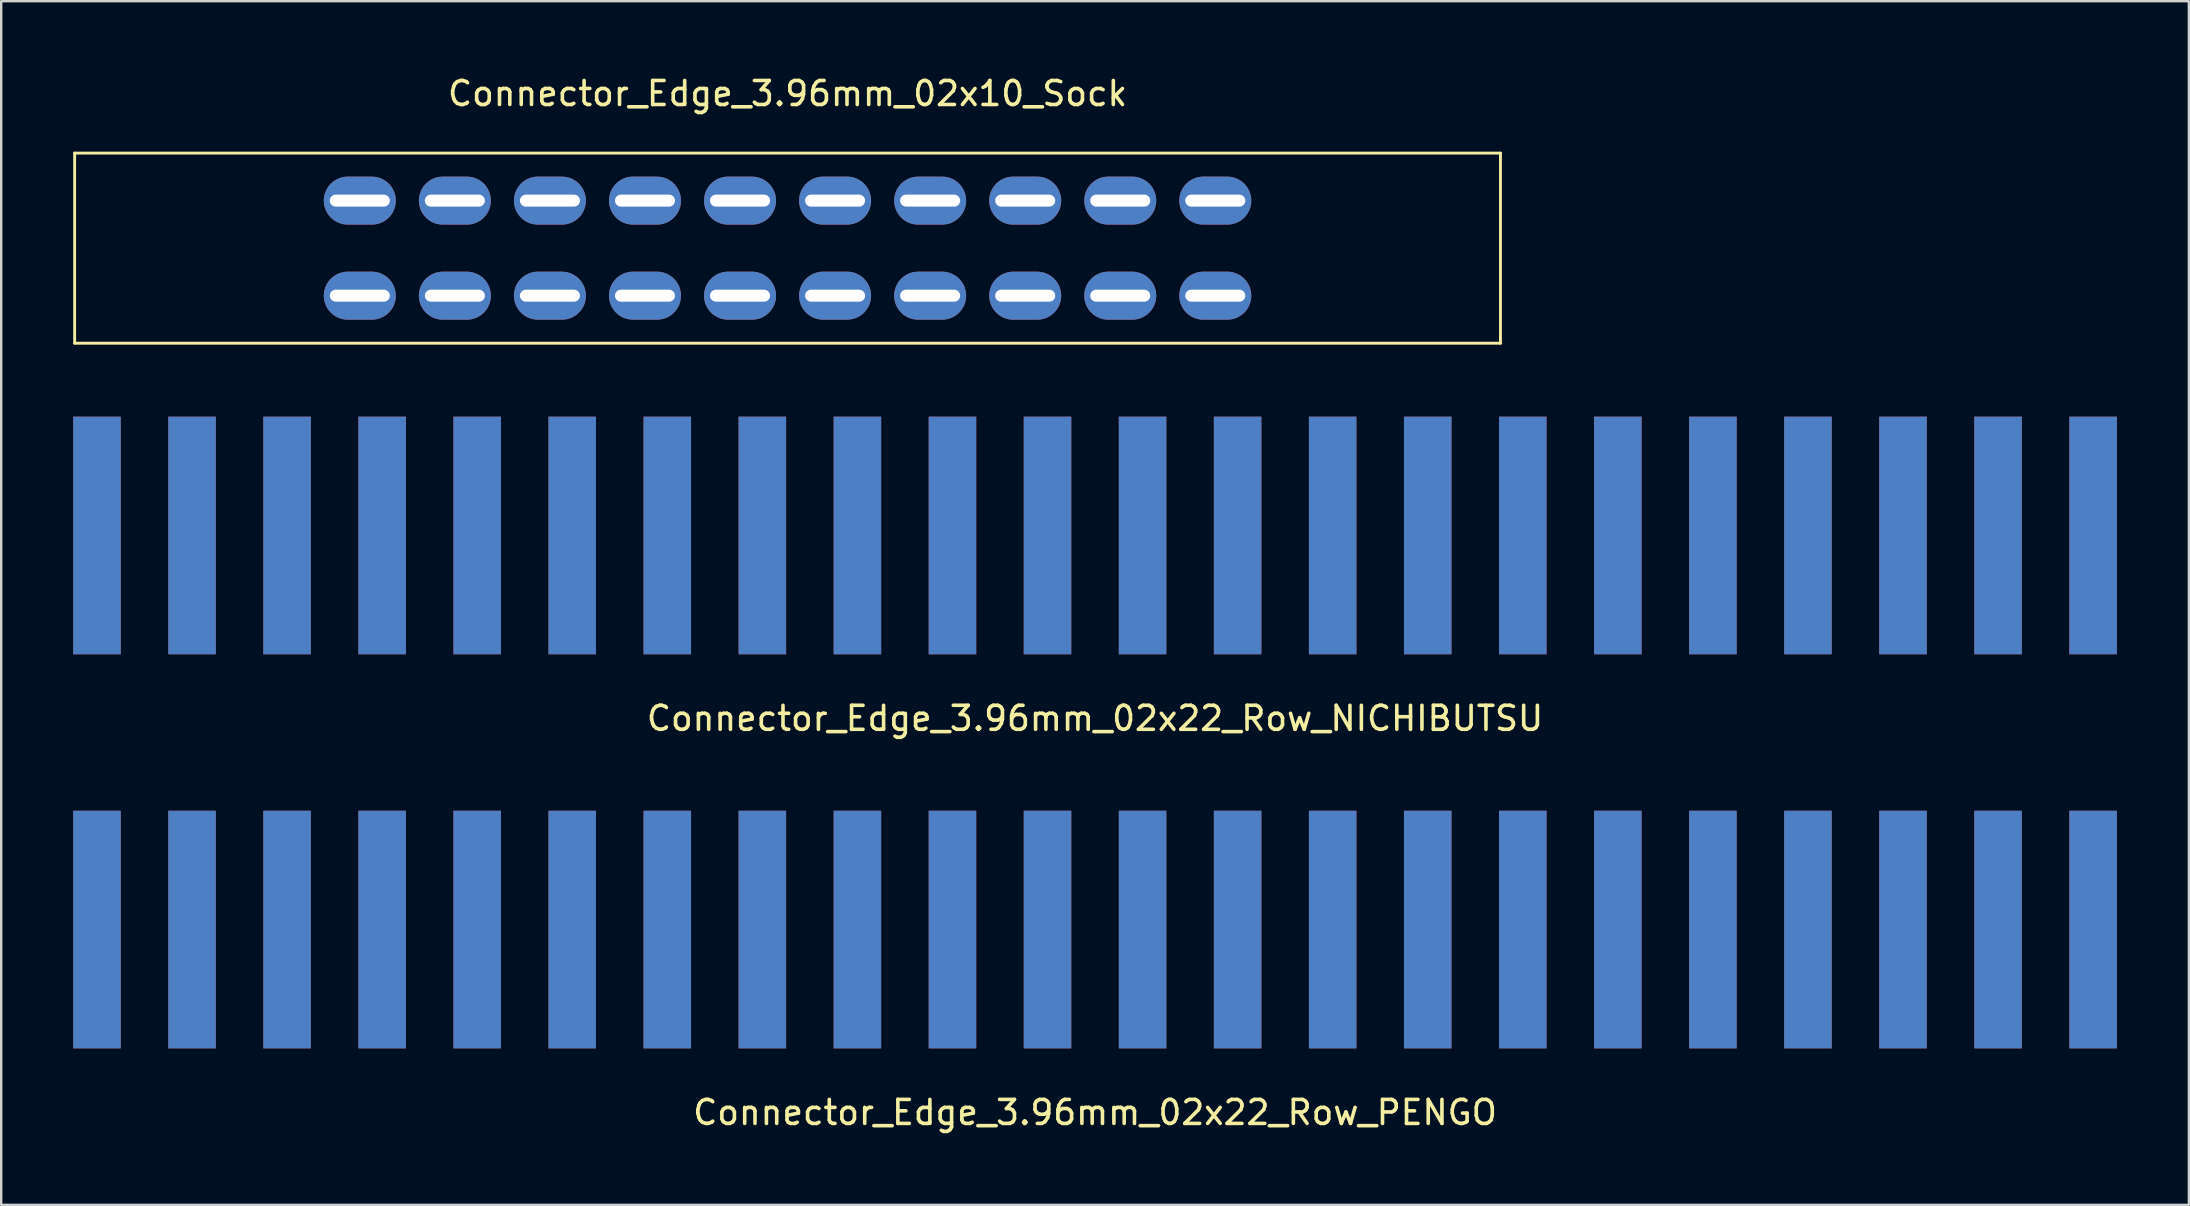
<source format=kicad_pcb>
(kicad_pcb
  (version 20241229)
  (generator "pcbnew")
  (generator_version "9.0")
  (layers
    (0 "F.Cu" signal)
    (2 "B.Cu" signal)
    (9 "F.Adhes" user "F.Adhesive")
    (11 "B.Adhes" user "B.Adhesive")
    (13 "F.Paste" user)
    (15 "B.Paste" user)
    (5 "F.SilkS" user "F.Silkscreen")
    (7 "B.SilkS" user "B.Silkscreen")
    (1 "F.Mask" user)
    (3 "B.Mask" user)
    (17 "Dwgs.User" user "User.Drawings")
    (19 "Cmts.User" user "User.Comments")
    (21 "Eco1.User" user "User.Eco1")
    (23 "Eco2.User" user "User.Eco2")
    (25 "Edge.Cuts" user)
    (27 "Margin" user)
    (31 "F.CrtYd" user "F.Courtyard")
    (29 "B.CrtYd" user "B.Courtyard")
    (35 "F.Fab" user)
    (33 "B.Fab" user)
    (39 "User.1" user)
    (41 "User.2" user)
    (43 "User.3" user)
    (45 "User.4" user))
  (footprint "Connector_Edge_3.96mm_02x22_Row_NICHIBUTSU"
    (layer "F.Cu")
    (at 42.57 19.258)
    (property "Reference" "Connector_Edge_3.96mm_02x22_Row_NICHIBUTSU" (at 0 7.62 0) (layer "F.SilkS") (effects (font (size 1 1) (thickness 0.15))))
    (attr through_hole)
    (pad "a1" smd rect (at -41.58 0) (size 1.98 9.9) (layers "F.Cu" "F.Mask" "F.Paste"))
    (pad "a2" smd rect (at -37.62 0) (size 1.98 9.9) (layers "F.Cu" "F.Mask" "F.Paste"))
    (pad "a3" smd rect (at -33.66 0) (size 1.98 9.9) (layers "F.Cu" "F.Mask" "F.Paste"))
    (pad "a4" smd rect (at -29.7 0) (size 1.98 9.9) (layers "F.Cu" "F.Mask" "F.Paste"))
    (pad "a5" smd rect (at -25.74 0) (size 1.98 9.9) (layers "F.Cu" "F.Mask" "F.Paste"))
    (pad "a6" smd rect (at -21.78 0) (size 1.98 9.9) (layers "F.Cu" "F.Mask" "F.Paste"))
    (pad "a7" smd rect (at -17.82 0) (size 1.98 9.9) (layers "F.Cu" "F.Mask" "F.Paste"))
    (pad "a8" smd rect (at -13.86 0) (size 1.98 9.9) (layers "F.Cu" "F.Mask" "F.Paste"))
    (pad "a9" smd rect (at -9.9 0) (size 1.98 9.9) (layers "F.Cu" "F.Mask" "F.Paste"))
    (pad "a10" smd rect (at -5.94 0) (size 1.98 9.9) (layers "F.Cu" "F.Mask" "F.Paste"))
    (pad "a11" smd rect (at -1.98 0) (size 1.98 9.9) (layers "F.Cu" "F.Mask" "F.Paste"))
    (pad "a12" smd rect (at 1.98 0) (size 1.98 9.9) (layers "F.Cu" "F.Mask" "F.Paste"))
    (pad "a13" smd rect (at 5.94 0) (size 1.98 9.9) (layers "F.Cu" "F.Mask" "F.Paste"))
    (pad "a14" smd rect (at 9.9 0) (size 1.98 9.9) (layers "F.Cu" "F.Mask" "F.Paste"))
    (pad "a15" smd rect (at 13.86 0) (size 1.98 9.9) (layers "F.Cu" "F.Mask" "F.Paste"))
    (pad "a16" smd rect (at 17.82 0) (size 1.98 9.9) (layers "F.Cu" "F.Mask" "F.Paste"))
    (pad "a17" smd rect (at 21.78 0) (size 1.98 9.9) (layers "F.Cu" "F.Mask" "F.Paste"))
    (pad "a18" smd rect (at 25.74 0) (size 1.98 9.9) (layers "F.Cu" "F.Mask" "F.Paste"))
    (pad "a19" smd rect (at 29.7 0) (size 1.98 9.9) (layers "F.Cu" "F.Mask" "F.Paste"))
    (pad "a20" smd rect (at 33.66 0) (size 1.98 9.9) (layers "F.Cu" "F.Mask" "F.Paste"))
    (pad "a21" smd rect (at 37.62 0) (size 1.98 9.9) (layers "F.Cu" "F.Mask" "F.Paste"))
    (pad "a22" smd rect (at 41.58 0) (size 1.98 9.9) (layers "F.Cu" "F.Mask" "F.Paste"))
    (pad "b1" smd rect (at -41.58 0) (size 1.98 9.9) (layers "B.Cu" "B.Mask" "B.Paste"))
    (pad "b2" smd rect (at -37.62 0) (size 1.98 9.9) (layers "B.Cu" "B.Mask" "B.Paste"))
    (pad "b3" smd rect (at -33.66 0) (size 1.98 9.9) (layers "B.Cu" "B.Mask" "B.Paste"))
    (pad "b4" smd rect (at -29.7 0) (size 1.98 9.9) (layers "B.Cu" "B.Mask" "B.Paste"))
    (pad "b5" smd rect (at -25.74 0) (size 1.98 9.9) (layers "B.Cu" "B.Mask" "B.Paste"))
    (pad "b6" smd rect (at -21.78 0) (size 1.98 9.9) (layers "B.Cu" "B.Mask" "B.Paste"))
    (pad "b7" smd rect (at -17.82 0) (size 1.98 9.9) (layers "B.Cu" "B.Mask" "B.Paste"))
    (pad "b8" smd rect (at -13.86 0) (size 1.98 9.9) (layers "B.Cu" "B.Mask" "B.Paste"))
    (pad "b9" smd rect (at -9.9 0) (size 1.98 9.9) (layers "B.Cu" "B.Mask" "B.Paste"))
    (pad "b10" smd rect (at -5.94 0) (size 1.98 9.9) (layers "B.Cu" "B.Mask" "B.Paste"))
    (pad "b11" smd rect (at -1.98 0) (size 1.98 9.9) (layers "B.Cu" "B.Mask" "B.Paste"))
    (pad "b12" smd rect (at 1.98 0) (size 1.98 9.9) (layers "B.Cu" "B.Mask" "B.Paste"))
    (pad "b13" smd rect (at 5.94 0) (size 1.98 9.9) (layers "B.Cu" "B.Mask" "B.Paste"))
    (pad "b14" smd rect (at 9.9 0) (size 1.98 9.9) (layers "B.Cu" "B.Mask" "B.Paste"))
    (pad "b15" smd rect (at 13.86 0) (size 1.98 9.9) (layers "B.Cu" "B.Mask" "B.Paste"))
    (pad "b16" smd rect (at 17.82 0) (size 1.98 9.9) (layers "B.Cu" "B.Mask" "B.Paste"))
    (pad "b17" smd rect (at 21.78 0) (size 1.98 9.9) (layers "B.Cu" "B.Mask" "B.Paste"))
    (pad "b18" smd rect (at 25.74 0) (size 1.98 9.9) (layers "B.Cu" "B.Mask" "B.Paste"))
    (pad "b19" smd rect (at 29.7 0) (size 1.98 9.9) (layers "B.Cu" "B.Mask" "B.Paste"))
    (pad "b20" smd rect (at 33.66 0) (size 1.98 9.9) (layers "B.Cu" "B.Mask" "B.Paste"))
    (pad "b21" smd rect (at 37.62 0) (size 1.98 9.9) (layers "B.Cu" "B.Mask" "B.Paste"))
    (pad "b22" smd rect (at 41.58 0) (size 1.98 9.9) (layers "B.Cu" "B.Mask" "B.Paste")))
  (footprint "Connector_Edge_3.96mm_02x10_Sock"
    (layer "F.Cu")
    (at 29.76 1.348)
    (property "Reference" "Connector_Edge_3.96mm_02x10_Sock" (at 0 -0.5 0) (unlocked yes) (layer "F.SilkS") (effects (font (size 1 1) (thickness 0.15))))
    (attr through_hole)
    (fp_line (start -29.7 1.98) (end -29.7 9.9) (stroke (width 0.12) (type default)) (layer "F.SilkS"))
    (fp_line (start -29.7 9.9) (end 29.7 9.9) (stroke (width 0.12) (type default)) (layer "F.SilkS"))
    (fp_line (start 29.7 1.98) (end -29.7 1.98) (stroke (width 0.12) (type default)) (layer "F.SilkS"))
    (fp_line (start 29.7 9.9) (end 29.7 1.98) (stroke (width 0.12) (type default)) (layer "F.SilkS"))
    (pad "a1" thru_hole oval (at -17.82 3.96) (size 3 2) (drill oval 2.5 0.5) (layers "*.Cu" "*.Mask"))
    (pad "a2" thru_hole oval (at -13.86 3.96) (size 3 2) (drill oval 2.5 0.5) (layers "*.Cu" "*.Mask"))
    (pad "a3" thru_hole oval (at -9.9 3.96) (size 3 2) (drill oval 2.5 0.5) (layers "*.Cu" "*.Mask"))
    (pad "a4" thru_hole oval (at -5.94 3.96) (size 3 2) (drill oval 2.5 0.5) (layers "*.Cu" "*.Mask"))
    (pad "a5" thru_hole oval (at -1.98 3.96) (size 3 2) (drill oval 2.5 0.5) (layers "*.Cu" "*.Mask"))
    (pad "a6" thru_hole oval (at 1.98 3.96) (size 3 2) (drill oval 2.5 0.5) (layers "*.Cu" "*.Mask"))
    (pad "a7" thru_hole oval (at 5.94 3.96) (size 3 2) (drill oval 2.5 0.5) (layers "*.Cu" "*.Mask"))
    (pad "a8" thru_hole oval (at 9.9 3.96) (size 3 2) (drill oval 2.5 0.5) (layers "*.Cu" "*.Mask"))
    (pad "a9" thru_hole oval (at 13.86 3.96) (size 3 2) (drill oval 2.5 0.5) (layers "*.Cu" "*.Mask"))
    (pad "a10" thru_hole oval (at 17.82 3.96) (size 3 2) (drill oval 2.5 0.5) (layers "*.Cu" "*.Mask"))
    (pad "b1" thru_hole oval (at -17.82 7.92) (size 3 2) (drill oval 2.5 0.5) (layers "*.Cu" "*.Mask"))
    (pad "b2" thru_hole oval (at -13.86 7.92) (size 3 2) (drill oval 2.5 0.5) (layers "*.Cu" "*.Mask"))
    (pad "b3" thru_hole oval (at -9.9 7.92) (size 3 2) (drill oval 2.5 0.5) (layers "*.Cu" "*.Mask"))
    (pad "b4" thru_hole oval (at -5.94 7.92) (size 3 2) (drill oval 2.5 0.5) (layers "*.Cu" "*.Mask"))
    (pad "b5" thru_hole oval (at -1.98 7.92) (size 3 2) (drill oval 2.5 0.5) (layers "*.Cu" "*.Mask"))
    (pad "b6" thru_hole oval (at 1.98 7.92) (size 3 2) (drill oval 2.5 0.5) (layers "*.Cu" "*.Mask"))
    (pad "b7" thru_hole oval (at 5.94 7.92) (size 3 2) (drill oval 2.5 0.5) (layers "*.Cu" "*.Mask"))
    (pad "b8" thru_hole oval (at 9.9 7.92) (size 3 2) (drill oval 2.5 0.5) (layers "*.Cu" "*.Mask"))
    (pad "b9" thru_hole oval (at 13.86 7.92) (size 3 2) (drill oval 2.5 0.5) (layers "*.Cu" "*.Mask"))
    (pad "b10" thru_hole oval (at 17.82 7.92) (size 3 2) (drill oval 2.5 0.5) (layers "*.Cu" "*.Mask")))
  (footprint "Connector_Edge_3.96mm_02x22_Row_PENGO"
    (layer "F.Cu")
    (at 42.57 35.676)
    (property "Reference" "Connector_Edge_3.96mm_02x22_Row_PENGO" (at 0 7.62 0) (layer "F.SilkS") (effects (font (size 1 1) (thickness 0.15))))
    (attr through_hole)
    (pad "a1" smd rect (at -41.58 0) (size 1.98 9.9) (layers "F.Cu" "F.Mask" "F.Paste"))
    (pad "a2" smd rect (at -37.62 0) (size 1.98 9.9) (layers "F.Cu" "F.Mask" "F.Paste"))
    (pad "a3" smd rect (at -33.66 0) (size 1.98 9.9) (layers "F.Cu" "F.Mask" "F.Paste"))
    (pad "a4" smd rect (at -29.7 0) (size 1.98 9.9) (layers "F.Cu" "F.Mask" "F.Paste"))
    (pad "a5" smd rect (at -25.74 0) (size 1.98 9.9) (layers "F.Cu" "F.Mask" "F.Paste"))
    (pad "a6" smd rect (at -21.78 0) (size 1.98 9.9) (layers "F.Cu" "F.Mask" "F.Paste"))
    (pad "a7" smd rect (at -17.82 0) (size 1.98 9.9) (layers "F.Cu" "F.Mask" "F.Paste"))
    (pad "a8" smd rect (at -13.86 0) (size 1.98 9.9) (layers "F.Cu" "F.Mask" "F.Paste"))
    (pad "a9" smd rect (at -9.9 0) (size 1.98 9.9) (layers "F.Cu" "F.Mask" "F.Paste"))
    (pad "a10" smd rect (at -5.94 0) (size 1.98 9.9) (layers "F.Cu" "F.Mask" "F.Paste"))
    (pad "a11" smd rect (at -1.98 0) (size 1.98 9.9) (layers "F.Cu" "F.Mask" "F.Paste"))
    (pad "a12" smd rect (at 1.98 0) (size 1.98 9.9) (layers "F.Cu" "F.Mask" "F.Paste"))
    (pad "a13" smd rect (at 5.94 0) (size 1.98 9.9) (layers "F.Cu" "F.Mask" "F.Paste"))
    (pad "a14" smd rect (at 9.9 0) (size 1.98 9.9) (layers "F.Cu" "F.Mask" "F.Paste"))
    (pad "a15" smd rect (at 13.86 0) (size 1.98 9.9) (layers "F.Cu" "F.Mask" "F.Paste"))
    (pad "a16" smd rect (at 17.82 0) (size 1.98 9.9) (layers "F.Cu" "F.Mask" "F.Paste"))
    (pad "a17" smd rect (at 21.78 0) (size 1.98 9.9) (layers "F.Cu" "F.Mask" "F.Paste"))
    (pad "a18" smd rect (at 25.74 0) (size 1.98 9.9) (layers "F.Cu" "F.Mask" "F.Paste"))
    (pad "a19" smd rect (at 29.7 0) (size 1.98 9.9) (layers "F.Cu" "F.Mask" "F.Paste"))
    (pad "a20" smd rect (at 33.66 0) (size 1.98 9.9) (layers "F.Cu" "F.Mask" "F.Paste"))
    (pad "a21" smd rect (at 37.62 0) (size 1.98 9.9) (layers "F.Cu" "F.Mask" "F.Paste"))
    (pad "a22" smd rect (at 41.58 0) (size 1.98 9.9) (layers "F.Cu" "F.Mask" "F.Paste"))
    (pad "b1" smd rect (at -41.58 0) (size 1.98 9.9) (layers "B.Cu" "B.Mask" "B.Paste"))
    (pad "b2" smd rect (at -37.62 0) (size 1.98 9.9) (layers "B.Cu" "B.Mask" "B.Paste"))
    (pad "b3" smd rect (at -33.66 0) (size 1.98 9.9) (layers "B.Cu" "B.Mask" "B.Paste"))
    (pad "b4" smd rect (at -29.7 0) (size 1.98 9.9) (layers "B.Cu" "B.Mask" "B.Paste"))
    (pad "b5" smd rect (at -25.74 0) (size 1.98 9.9) (layers "B.Cu" "B.Mask" "B.Paste"))
    (pad "b6" smd rect (at -21.78 0) (size 1.98 9.9) (layers "B.Cu" "B.Mask" "B.Paste"))
    (pad "b7" smd rect (at -17.82 0) (size 1.98 9.9) (layers "B.Cu" "B.Mask" "B.Paste"))
    (pad "b8" smd rect (at -13.86 0) (size 1.98 9.9) (layers "B.Cu" "B.Mask" "B.Paste"))
    (pad "b9" smd rect (at -9.9 0) (size 1.98 9.9) (layers "B.Cu" "B.Mask" "B.Paste"))
    (pad "b10" smd rect (at -5.94 0) (size 1.98 9.9) (layers "B.Cu" "B.Mask" "B.Paste"))
    (pad "b11" smd rect (at -1.98 0) (size 1.98 9.9) (layers "B.Cu" "B.Mask" "B.Paste"))
    (pad "b12" smd rect (at 1.98 0) (size 1.98 9.9) (layers "B.Cu" "B.Mask" "B.Paste"))
    (pad "b13" smd rect (at 5.94 0) (size 1.98 9.9) (layers "B.Cu" "B.Mask" "B.Paste"))
    (pad "b14" smd rect (at 9.9 0) (size 1.98 9.9) (layers "B.Cu" "B.Mask" "B.Paste"))
    (pad "b15" smd rect (at 13.86 0) (size 1.98 9.9) (layers "B.Cu" "B.Mask" "B.Paste"))
    (pad "b16" smd rect (at 17.82 0) (size 1.98 9.9) (layers "B.Cu" "B.Mask" "B.Paste"))
    (pad "b17" smd rect (at 21.78 0) (size 1.98 9.9) (layers "B.Cu" "B.Mask" "B.Paste"))
    (pad "b18" smd rect (at 25.74 0) (size 1.98 9.9) (layers "B.Cu" "B.Mask" "B.Paste"))
    (pad "b19" smd rect (at 29.7 0) (size 1.98 9.9) (layers "B.Cu" "B.Mask" "B.Paste"))
    (pad "b20" smd rect (at 33.66 0) (size 1.98 9.9) (layers "B.Cu" "B.Mask" "B.Paste"))
    (pad "b21" smd rect (at 37.62 0) (size 1.98 9.9) (layers "B.Cu" "B.Mask" "B.Paste"))
    (pad "b22" smd rect (at 41.58 0) (size 1.98 9.9) (layers "B.Cu" "B.Mask" "B.Paste")))
  (gr_rect
    (start -3 -3)
    (end 88.14 47.145)
    (stroke (width 0.1) (type default))
    (fill no)
    (layer "Edge.Cuts")))
</source>
